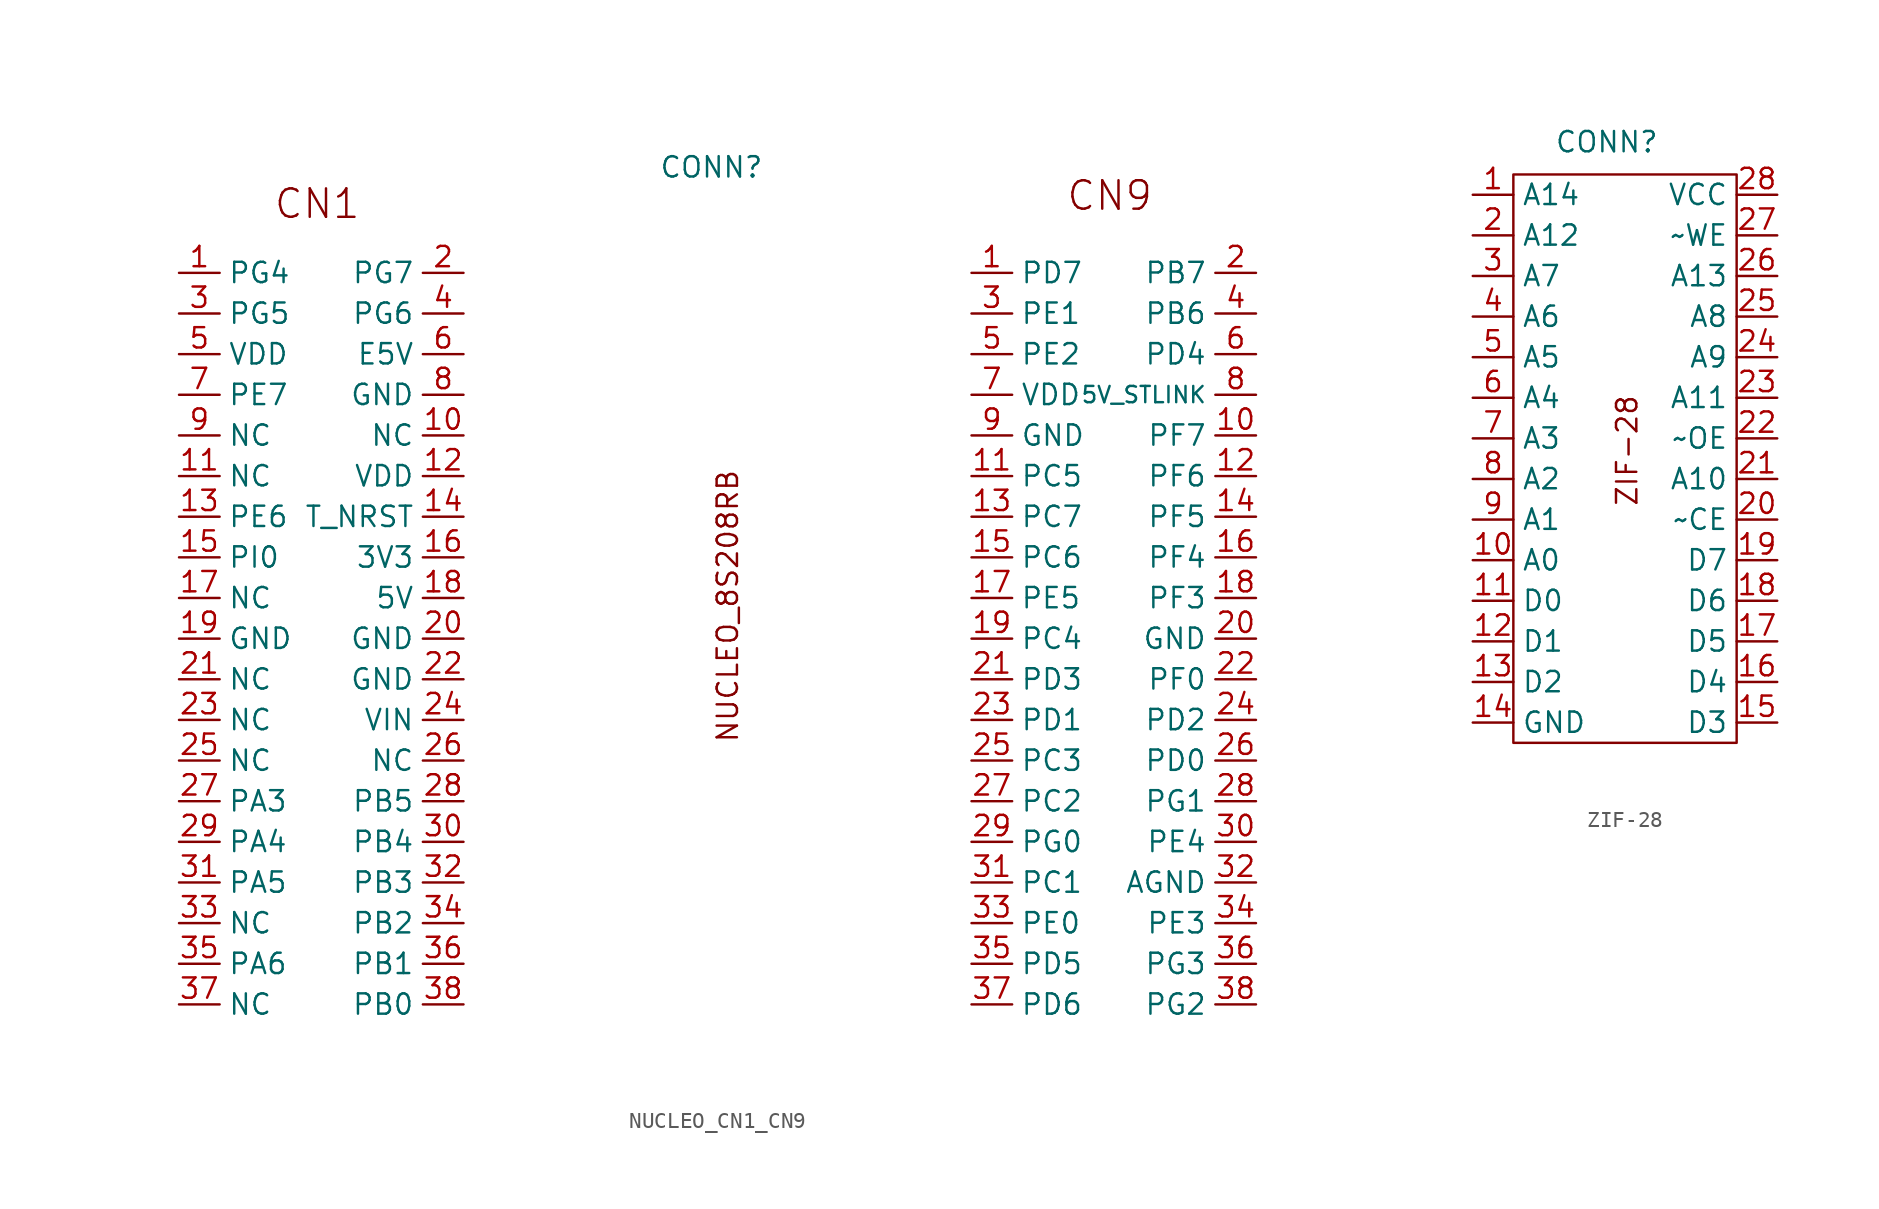
<source format=kicad_sym>
(kicad_symbol_lib
  (version 20231120)
  (generator "kicad_symbol_editor")
  (generator_version "8.0")
  (symbol "NUCLEO_CN1_CN9"
    (property "Reference" "CONN"
      (at -1.016 30.734 0)
      (effects (font (size 1.27 1.27))))
    (property "Value" ""
      (at 0 0 0)
      (effects (font (size 1.27 1.27))))
    (symbol "NUCLEO_CN1_CN9_1_1"
      (text "CN1" (at -25.654 28.448 0) (effects (font (size 1.778 1.778))))
      (text "CN9" (at 23.876 28.956 0) (effects (font (size 1.778 1.778))))
      (text "NUCLEO_8S208RB" (at 0 3.302 900) (effects (font (size 1.27 1.27))))
      (pin bidirectional line (at 15.24 24.13 0) (length 2.54) (name "PD7" (effects (font (size 1.27 1.27)))) (number "1" (effects (font (size 1.27 1.27)))))
      (pin bidirectional line (at -34.29 24.13 0) (length 2.54) (name "PG4" (effects (font (size 1.27 1.27)))) (number "1" (effects (font (size 1.27 1.27)))))
      (pin free line (at -16.51 13.97 180) (length 2.54) (name "NC" (effects (font (size 1.27 1.27)))) (number "10" (effects (font (size 1.27 1.27)))))
      (pin bidirectional line (at 33.02 13.97 180) (length 2.54) (name "PF7" (effects (font (size 1.27 1.27)))) (number "10" (effects (font (size 1.27 1.27)))))
      (pin free line (at -34.29 11.43 0) (length 2.54) (name "NC" (effects (font (size 1.27 1.27)))) (number "11" (effects (font (size 1.27 1.27)))))
      (pin bidirectional line (at 15.24 11.43 0) (length 2.54) (name "PC5" (effects (font (size 1.27 1.27)))) (number "11" (effects (font (size 1.27 1.27)))))
      (pin bidirectional line (at 33.02 11.43 180) (length 2.54) (name "PF6" (effects (font (size 1.27 1.27)))) (number "12" (effects (font (size 1.27 1.27)))))
      (pin power_out line (at -16.51 11.43 180) (length 2.54) (name "VDD" (effects (font (size 1.27 1.27)))) (number "12" (effects (font (size 1.27 1.27)))))
      (pin bidirectional line (at 15.24 8.89 0) (length 2.54) (name "PC7" (effects (font (size 1.27 1.27)))) (number "13" (effects (font (size 1.27 1.27)))))
      (pin bidirectional line (at -34.29 8.89 0) (length 2.54) (name "PE6" (effects (font (size 1.27 1.27)))) (number "13" (effects (font (size 1.27 1.27)))))
      (pin bidirectional line (at 33.02 8.89 180) (length 2.54) (name "PF5" (effects (font (size 1.27 1.27)))) (number "14" (effects (font (size 1.27 1.27)))))
      (pin input line (at -16.51 8.89 180) (length 2.54) (name "T_NRST" (effects (font (size 1.27 1.27)))) (number "14" (effects (font (size 1.27 1.27)))))
      (pin bidirectional line (at 15.24 6.35 0) (length 2.54) (name "PC6" (effects (font (size 1.27 1.27)))) (number "15" (effects (font (size 1.27 1.27)))))
      (pin bidirectional line (at -34.29 6.35 0) (length 2.54) (name "PI0" (effects (font (size 1.27 1.27)))) (number "15" (effects (font (size 1.27 1.27)))))
      (pin power_out line (at -16.51 6.35 180) (length 2.54) (name "3V3" (effects (font (size 1.27 1.27)))) (number "16" (effects (font (size 1.27 1.27)))))
      (pin bidirectional line (at 33.02 6.35 180) (length 2.54) (name "PF4" (effects (font (size 1.27 1.27)))) (number "16" (effects (font (size 1.27 1.27)))))
      (pin free line (at -34.29 3.81 0) (length 2.54) (name "NC" (effects (font (size 1.27 1.27)))) (number "17" (effects (font (size 1.27 1.27)))))
      (pin bidirectional line (at 15.24 3.81 0) (length 2.54) (name "PE5" (effects (font (size 1.27 1.27)))) (number "17" (effects (font (size 1.27 1.27)))))
      (pin power_out line (at -16.51 3.81 180) (length 2.54) (name "5V" (effects (font (size 1.27 1.27)))) (number "18" (effects (font (size 1.27 1.27)))))
      (pin bidirectional line (at 33.02 3.81 180) (length 2.54) (name "PF3" (effects (font (size 1.27 1.27)))) (number "18" (effects (font (size 1.27 1.27)))))
      (pin passive line (at -34.29 1.27 0) (length 2.54) (name "GND" (effects (font (size 1.27 1.27)))) (number "19" (effects (font (size 1.27 1.27)))))
      (pin bidirectional line (at 15.24 1.27 0) (length 2.54) (name "PC4" (effects (font (size 1.27 1.27)))) (number "19" (effects (font (size 1.27 1.27)))))
      (pin bidirectional line (at 33.02 24.13 180) (length 2.54) (name "PB7" (effects (font (size 1.27 1.27)))) (number "2" (effects (font (size 1.27 1.27)))))
      (pin bidirectional line (at -16.51 24.13 180) (length 2.54) (name "PG7" (effects (font (size 1.27 1.27)))) (number "2" (effects (font (size 1.27 1.27)))))
      (pin passive line (at -16.51 1.27 180) (length 2.54) (name "GND" (effects (font (size 1.27 1.27)))) (number "20" (effects (font (size 1.27 1.27)))))
      (pin passive line (at 33.02 1.27 180) (length 2.54) (name "GND" (effects (font (size 1.27 1.27)))) (number "20" (effects (font (size 1.27 1.27)))))
      (pin free line (at -34.29 -1.27 0) (length 2.54) (name "NC" (effects (font (size 1.27 1.27)))) (number "21" (effects (font (size 1.27 1.27)))))
      (pin bidirectional line (at 15.24 -1.27 0) (length 2.54) (name "PD3" (effects (font (size 1.27 1.27)))) (number "21" (effects (font (size 1.27 1.27)))))
      (pin passive line (at -16.51 -1.27 180) (length 2.54) (name "GND" (effects (font (size 1.27 1.27)))) (number "22" (effects (font (size 1.27 1.27)))))
      (pin bidirectional line (at 33.02 -1.27 180) (length 2.54) (name "PF0" (effects (font (size 1.27 1.27)))) (number "22" (effects (font (size 1.27 1.27)))))
      (pin free line (at -34.29 -3.81 0) (length 2.54) (name "NC" (effects (font (size 1.27 1.27)))) (number "23" (effects (font (size 1.27 1.27)))))
      (pin bidirectional line (at 15.24 -3.81 0) (length 2.54) (name "PD1" (effects (font (size 1.27 1.27)))) (number "23" (effects (font (size 1.27 1.27)))))
      (pin bidirectional line (at 33.02 -3.81 180) (length 2.54) (name "PD2" (effects (font (size 1.27 1.27)))) (number "24" (effects (font (size 1.27 1.27)))))
      (pin power_in line (at -16.51 -3.81 180) (length 2.54) (name "VIN" (effects (font (size 1.27 1.27)))) (number "24" (effects (font (size 1.27 1.27)))))
      (pin free line (at -34.29 -6.35 0) (length 2.54) (name "NC" (effects (font (size 1.27 1.27)))) (number "25" (effects (font (size 1.27 1.27)))))
      (pin bidirectional line (at 15.24 -6.35 0) (length 2.54) (name "PC3" (effects (font (size 1.27 1.27)))) (number "25" (effects (font (size 1.27 1.27)))))
      (pin free line (at -16.51 -6.35 180) (length 2.54) (name "NC" (effects (font (size 1.27 1.27)))) (number "26" (effects (font (size 1.27 1.27)))))
      (pin bidirectional line (at 33.02 -6.35 180) (length 2.54) (name "PD0" (effects (font (size 1.27 1.27)))) (number "26" (effects (font (size 1.27 1.27)))))
      (pin bidirectional line (at -34.29 -8.89 0) (length 2.54) (name "PA3" (effects (font (size 1.27 1.27)))) (number "27" (effects (font (size 1.27 1.27)))))
      (pin bidirectional line (at 15.24 -8.89 0) (length 2.54) (name "PC2" (effects (font (size 1.27 1.27)))) (number "27" (effects (font (size 1.27 1.27)))))
      (pin bidirectional line (at -16.51 -8.89 180) (length 2.54) (name "PB5" (effects (font (size 1.27 1.27)))) (number "28" (effects (font (size 1.27 1.27)))))
      (pin bidirectional line (at 33.02 -8.89 180) (length 2.54) (name "PG1" (effects (font (size 1.27 1.27)))) (number "28" (effects (font (size 1.27 1.27)))))
      (pin bidirectional line (at -34.29 -11.43 0) (length 2.54) (name "PA4" (effects (font (size 1.27 1.27)))) (number "29" (effects (font (size 1.27 1.27)))))
      (pin bidirectional line (at 15.24 -11.43 0) (length 2.54) (name "PG0" (effects (font (size 1.27 1.27)))) (number "29" (effects (font (size 1.27 1.27)))))
      (pin bidirectional line (at 15.24 21.59 0) (length 2.54) (name "PE1" (effects (font (size 1.27 1.27)))) (number "3" (effects (font (size 1.27 1.27)))))
      (pin bidirectional line (at -34.29 21.59 0) (length 2.54) (name "PG5" (effects (font (size 1.27 1.27)))) (number "3" (effects (font (size 1.27 1.27)))))
      (pin bidirectional line (at -16.51 -11.43 180) (length 2.54) (name "PB4" (effects (font (size 1.27 1.27)))) (number "30" (effects (font (size 1.27 1.27)))))
      (pin bidirectional line (at 33.02 -11.43 180) (length 2.54) (name "PE4" (effects (font (size 1.27 1.27)))) (number "30" (effects (font (size 1.27 1.27)))))
      (pin bidirectional line (at -34.29 -13.97 0) (length 2.54) (name "PA5" (effects (font (size 1.27 1.27)))) (number "31" (effects (font (size 1.27 1.27)))))
      (pin bidirectional line (at 15.24 -13.97 0) (length 2.54) (name "PC1" (effects (font (size 1.27 1.27)))) (number "31" (effects (font (size 1.27 1.27)))))
      (pin passive line (at 33.02 -13.97 180) (length 2.54) (name "AGND" (effects (font (size 1.27 1.27)))) (number "32" (effects (font (size 1.27 1.27)))))
      (pin bidirectional line (at -16.51 -13.97 180) (length 2.54) (name "PB3" (effects (font (size 1.27 1.27)))) (number "32" (effects (font (size 1.27 1.27)))))
      (pin free line (at -34.29 -16.51 0) (length 2.54) (name "NC" (effects (font (size 1.27 1.27)))) (number "33" (effects (font (size 1.27 1.27)))))
      (pin bidirectional line (at 15.24 -16.51 0) (length 2.54) (name "PE0" (effects (font (size 1.27 1.27)))) (number "33" (effects (font (size 1.27 1.27)))))
      (pin bidirectional line (at -16.51 -16.51 180) (length 2.54) (name "PB2" (effects (font (size 1.27 1.27)))) (number "34" (effects (font (size 1.27 1.27)))))
      (pin bidirectional line (at 33.02 -16.51 180) (length 2.54) (name "PE3" (effects (font (size 1.27 1.27)))) (number "34" (effects (font (size 1.27 1.27)))))
      (pin bidirectional line (at -34.29 -19.05 0) (length 2.54) (name "PA6" (effects (font (size 1.27 1.27)))) (number "35" (effects (font (size 1.27 1.27)))))
      (pin bidirectional line (at 15.24 -19.05 0) (length 2.54) (name "PD5" (effects (font (size 1.27 1.27)))) (number "35" (effects (font (size 1.27 1.27)))))
      (pin bidirectional line (at -16.51 -19.05 180) (length 2.54) (name "PB1" (effects (font (size 1.27 1.27)))) (number "36" (effects (font (size 1.27 1.27)))))
      (pin bidirectional line (at 33.02 -19.05 180) (length 2.54) (name "PG3" (effects (font (size 1.27 1.27)))) (number "36" (effects (font (size 1.27 1.27)))))
      (pin free line (at -34.29 -21.59 0) (length 2.54) (name "NC" (effects (font (size 1.27 1.27)))) (number "37" (effects (font (size 1.27 1.27)))))
      (pin bidirectional line (at 15.24 -21.59 0) (length 2.54) (name "PD6" (effects (font (size 1.27 1.27)))) (number "37" (effects (font (size 1.27 1.27)))))
      (pin bidirectional line (at -16.51 -21.59 180) (length 2.54) (name "PB0" (effects (font (size 1.27 1.27)))) (number "38" (effects (font (size 1.27 1.27)))))
      (pin bidirectional line (at 33.02 -21.59 180) (length 2.54) (name "PG2" (effects (font (size 1.27 1.27)))) (number "38" (effects (font (size 1.27 1.27)))))
      (pin bidirectional line (at 33.02 21.59 180) (length 2.54) (name "PB6" (effects (font (size 1.27 1.27)))) (number "4" (effects (font (size 1.27 1.27)))))
      (pin bidirectional line (at -16.51 21.59 180) (length 2.54) (name "PG6" (effects (font (size 1.27 1.27)))) (number "4" (effects (font (size 1.27 1.27)))))
      (pin bidirectional line (at 15.24 19.05 0) (length 2.54) (name "PE2" (effects (font (size 1.27 1.27)))) (number "5" (effects (font (size 1.27 1.27)))))
      (pin power_out line (at -34.29 19.05 0) (length 2.54) (name "VDD" (effects (font (size 1.27 1.27)))) (number "5" (effects (font (size 1.27 1.27)))))
      (pin power_out line (at -16.51 19.05 180) (length 2.54) (name "E5V" (effects (font (size 1.27 1.27)))) (number "6" (effects (font (size 1.27 1.27)))))
      (pin bidirectional line (at 33.02 19.05 180) (length 2.54) (name "PD4" (effects (font (size 1.27 1.27)))) (number "6" (effects (font (size 1.27 1.27)))))
      (pin bidirectional line (at -34.29 16.51 0) (length 2.54) (name "PE7" (effects (font (size 1.27 1.27)))) (number "7" (effects (font (size 1.27 1.27)))))
      (pin power_out line (at 15.24 16.51 0) (length 2.54) (name "VDD" (effects (font (size 1.27 1.27)))) (number "7" (effects (font (size 1.27 1.27)))))
      (pin power_in line (at 33.02 16.51 180) (length 2.54) (name "5V_STLINK" (effects (font (size 1.016 1.016)))) (number "8" (effects (font (size 1.27 1.27)))))
      (pin passive line (at -16.51 16.51 180) (length 2.54) (name "GND" (effects (font (size 1.27 1.27)))) (number "8" (effects (font (size 1.27 1.27)))))
      (pin passive line (at 15.24 13.97 0) (length 2.54) (name "GND" (effects (font (size 1.27 1.27)))) (number "9" (effects (font (size 1.27 1.27)))))
      (pin free line (at -34.29 13.97 0) (length 2.54) (name "NC" (effects (font (size 1.27 1.27)))) (number "9" (effects (font (size 1.27 1.27)))))))
  (symbol "ZIF-28"
    (property "Reference" "CONN"
      (at -1.778 19.812 0)
      (effects (font (size 1.27 1.27))))
    (property "Value" ""
      (at 0 0 0)
      (effects (font (size 1.27 1.27))))
    (symbol "ZIF-28_0_1"
      (rectangle (start -7.62 17.78) (end 6.35 -17.78) (stroke (width 0) (type default)) (fill (type none))))
    (symbol "ZIF-28_1_1"
      (text "ZIF-28" (at -0.508 0.508 900) (effects (font (size 1.27 1.27))))
      (pin input line (at -10.16 16.51 0) (length 2.54) (name "A14" (effects (font (size 1.27 1.27)))) (number "1" (effects (font (size 1.27 1.27)))))
      (pin input line (at -10.16 -6.35 0) (length 2.54) (name "A0" (effects (font (size 1.27 1.27)))) (number "10" (effects (font (size 1.27 1.27)))))
      (pin bidirectional line (at -10.16 -8.89 0) (length 2.54) (name "D0" (effects (font (size 1.27 1.27)))) (number "11" (effects (font (size 1.27 1.27)))))
      (pin bidirectional line (at -10.16 -11.43 0) (length 2.54) (name "D1" (effects (font (size 1.27 1.27)))) (number "12" (effects (font (size 1.27 1.27)))))
      (pin bidirectional line (at -10.16 -13.97 0) (length 2.54) (name "D2" (effects (font (size 1.27 1.27)))) (number "13" (effects (font (size 1.27 1.27)))))
      (pin passive line (at -10.16 -16.51 0) (length 2.54) (name "GND" (effects (font (size 1.27 1.27)))) (number "14" (effects (font (size 1.27 1.27)))))
      (pin bidirectional line (at 8.89 -16.51 180) (length 2.54) (name "D3" (effects (font (size 1.27 1.27)))) (number "15" (effects (font (size 1.27 1.27)))))
      (pin bidirectional line (at 8.89 -13.97 180) (length 2.54) (name "D4" (effects (font (size 1.27 1.27)))) (number "16" (effects (font (size 1.27 1.27)))))
      (pin bidirectional line (at 8.89 -11.43 180) (length 2.54) (name "D5" (effects (font (size 1.27 1.27)))) (number "17" (effects (font (size 1.27 1.27)))))
      (pin bidirectional line (at 8.89 -8.89 180) (length 2.54) (name "D6" (effects (font (size 1.27 1.27)))) (number "18" (effects (font (size 1.27 1.27)))))
      (pin bidirectional line (at 8.89 -6.35 180) (length 2.54) (name "D7" (effects (font (size 1.27 1.27)))) (number "19" (effects (font (size 1.27 1.27)))))
      (pin input line (at -10.16 13.97 0) (length 2.54) (name "A12" (effects (font (size 1.27 1.27)))) (number "2" (effects (font (size 1.27 1.27)))))
      (pin input line (at 8.89 -3.81 180) (length 2.54) (name "~CE" (effects (font (size 1.27 1.27)))) (number "20" (effects (font (size 1.27 1.27)))))
      (pin input line (at 8.89 -1.27 180) (length 2.54) (name "A10" (effects (font (size 1.27 1.27)))) (number "21" (effects (font (size 1.27 1.27)))))
      (pin input line (at 8.89 1.27 180) (length 2.54) (name "~OE" (effects (font (size 1.27 1.27)))) (number "22" (effects (font (size 1.27 1.27)))))
      (pin input line (at 8.89 3.81 180) (length 2.54) (name "A11" (effects (font (size 1.27 1.27)))) (number "23" (effects (font (size 1.27 1.27)))))
      (pin input line (at 8.89 6.35 180) (length 2.54) (name "A9" (effects (font (size 1.27 1.27)))) (number "24" (effects (font (size 1.27 1.27)))))
      (pin input line (at 8.89 8.89 180) (length 2.54) (name "A8" (effects (font (size 1.27 1.27)))) (number "25" (effects (font (size 1.27 1.27)))))
      (pin input line (at 8.89 11.43 180) (length 2.54) (name "A13" (effects (font (size 1.27 1.27)))) (number "26" (effects (font (size 1.27 1.27)))))
      (pin input line (at 8.89 13.97 180) (length 2.54) (name "~WE" (effects (font (size 1.27 1.27)))) (number "27" (effects (font (size 1.27 1.27)))))
      (pin input line (at 8.89 16.51 180) (length 2.54) (name "VCC" (effects (font (size 1.27 1.27)))) (number "28" (effects (font (size 1.27 1.27)))))
      (pin input line (at -10.16 11.43 0) (length 2.54) (name "A7" (effects (font (size 1.27 1.27)))) (number "3" (effects (font (size 1.27 1.27)))))
      (pin input line (at -10.16 8.89 0) (length 2.54) (name "A6" (effects (font (size 1.27 1.27)))) (number "4" (effects (font (size 1.27 1.27)))))
      (pin input line (at -10.16 6.35 0) (length 2.54) (name "A5" (effects (font (size 1.27 1.27)))) (number "5" (effects (font (size 1.27 1.27)))))
      (pin input line (at -10.16 3.81 0) (length 2.54) (name "A4" (effects (font (size 1.27 1.27)))) (number "6" (effects (font (size 1.27 1.27)))))
      (pin input line (at -10.16 1.27 0) (length 2.54) (name "A3" (effects (font (size 1.27 1.27)))) (number "7" (effects (font (size 1.27 1.27)))))
      (pin input line (at -10.16 -1.27 0) (length 2.54) (name "A2" (effects (font (size 1.27 1.27)))) (number "8" (effects (font (size 1.27 1.27)))))
      (pin input line (at -10.16 -3.81 0) (length 2.54) (name "A1" (effects (font (size 1.27 1.27)))) (number "9" (effects (font (size 1.27 1.27))))))))
</source>
